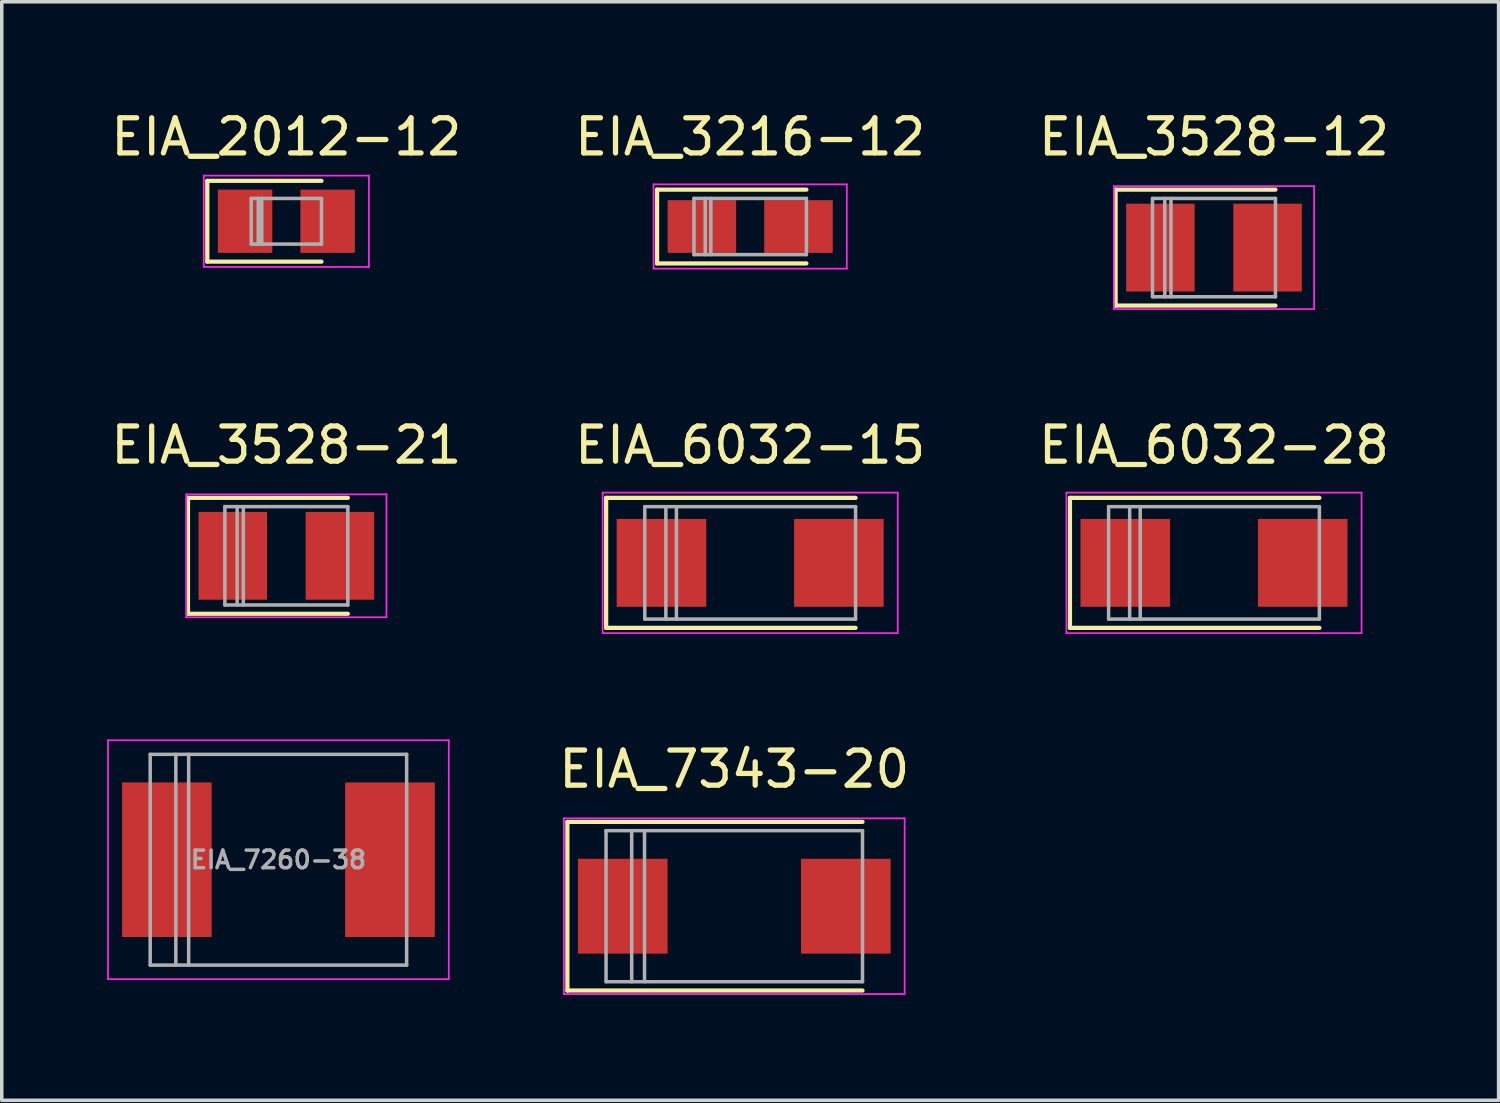
<source format=kicad_pcb>
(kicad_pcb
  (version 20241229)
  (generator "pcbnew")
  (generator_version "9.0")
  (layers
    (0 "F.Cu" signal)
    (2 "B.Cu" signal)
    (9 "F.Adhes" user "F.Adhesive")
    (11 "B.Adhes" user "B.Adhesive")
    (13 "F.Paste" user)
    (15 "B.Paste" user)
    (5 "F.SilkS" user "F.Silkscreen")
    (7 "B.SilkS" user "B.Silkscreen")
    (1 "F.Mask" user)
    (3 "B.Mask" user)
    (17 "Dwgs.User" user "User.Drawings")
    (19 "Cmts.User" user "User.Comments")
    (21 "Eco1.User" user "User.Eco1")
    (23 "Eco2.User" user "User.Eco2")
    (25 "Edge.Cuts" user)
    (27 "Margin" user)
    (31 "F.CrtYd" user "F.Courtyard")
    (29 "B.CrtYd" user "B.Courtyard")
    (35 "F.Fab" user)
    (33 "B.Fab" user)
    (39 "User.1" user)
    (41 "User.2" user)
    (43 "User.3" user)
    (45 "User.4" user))
  (footprint "EIA_2012-12"
    (layer "F.Cu")
    (at 5.101 3.248)
    (property "Reference" "EIA_2012-12" (at 0 -2.4 0) (layer "F.SilkS") (effects (font (size 1 1) (thickness 0.15))))
    (attr smd)
    (fp_line (start -2.25 -1.15) (end -2.25 1.15) (stroke (width 0.12) (type solid)) (layer "F.SilkS"))
    (fp_line (start -2.25 -1.15) (end 1 -1.15) (stroke (width 0.12) (type solid)) (layer "F.SilkS"))
    (fp_line (start -2.25 1.15) (end 1 1.15) (stroke (width 0.12) (type solid)) (layer "F.SilkS"))
    (fp_line (start -2.35 -1.3) (end -2.35 1.3) (stroke (width 0.05) (type solid)) (layer "F.CrtYd"))
    (fp_line (start -2.35 1.3) (end 2.35 1.3) (stroke (width 0.05) (type solid)) (layer "F.CrtYd"))
    (fp_line (start 2.35 -1.3) (end -2.35 -1.3) (stroke (width 0.05) (type solid)) (layer "F.CrtYd"))
    (fp_line (start 2.35 1.3) (end 2.35 -1.3) (stroke (width 0.05) (type solid)) (layer "F.CrtYd"))
    (fp_line (start -1 -0.65) (end -1 0.65) (stroke (width 0.1) (type solid)) (layer "F.Fab"))
    (fp_line (start -1 0.65) (end 1 0.65) (stroke (width 0.1) (type solid)) (layer "F.Fab"))
    (fp_line (start -0.8 -0.65) (end -0.8 0.65) (stroke (width 0.1) (type solid)) (layer "F.Fab"))
    (fp_line (start -0.7 -0.65) (end -0.7 0.65) (stroke (width 0.1) (type solid)) (layer "F.Fab"))
    (fp_line (start 1 -0.65) (end -1 -0.65) (stroke (width 0.1) (type solid)) (layer "F.Fab"))
    (fp_line (start 1 0.65) (end 1 -0.65) (stroke (width 0.1) (type solid)) (layer "F.Fab"))
    (pad "1" smd rect (at -1.175 0) (size 1.55 1.8) (layers "F.Cu" "F.Mask" "F.Paste"))
    (pad "2" smd rect (at 1.175 0) (size 1.55 1.8) (layers "F.Cu" "F.Mask" "F.Paste")))
  (footprint "EIA_3528-21"
    (layer "F.Cu")
    (at 5.101 12.771)
    (property "Reference" "EIA_3528-21" (at 0 -3.15 0) (layer "F.SilkS") (effects (font (size 1 1) (thickness 0.15))))
    (attr smd)
    (fp_line (start -2.8 -1.65) (end -2.8 1.65) (stroke (width 0.12) (type solid)) (layer "F.SilkS"))
    (fp_line (start -2.8 -1.65) (end 1.75 -1.65) (stroke (width 0.12) (type solid)) (layer "F.SilkS"))
    (fp_line (start -2.8 1.65) (end 1.75 1.65) (stroke (width 0.12) (type solid)) (layer "F.SilkS"))
    (fp_line (start -2.85 -1.75) (end -2.85 1.75) (stroke (width 0.05) (type solid)) (layer "F.CrtYd"))
    (fp_line (start -2.85 1.75) (end 2.85 1.75) (stroke (width 0.05) (type solid)) (layer "F.CrtYd"))
    (fp_line (start 2.85 -1.75) (end -2.85 -1.75) (stroke (width 0.05) (type solid)) (layer "F.CrtYd"))
    (fp_line (start 2.85 1.75) (end 2.85 -1.75) (stroke (width 0.05) (type solid)) (layer "F.CrtYd"))
    (fp_line (start -1.75 -1.4) (end -1.75 1.4) (stroke (width 0.1) (type solid)) (layer "F.Fab"))
    (fp_line (start -1.75 1.4) (end 1.75 1.4) (stroke (width 0.1) (type solid)) (layer "F.Fab"))
    (fp_line (start -1.4 -1.4) (end -1.4 1.4) (stroke (width 0.1) (type solid)) (layer "F.Fab"))
    (fp_line (start -1.225 -1.4) (end -1.225 1.4) (stroke (width 0.1) (type solid)) (layer "F.Fab"))
    (fp_line (start 1.75 -1.4) (end -1.75 -1.4) (stroke (width 0.1) (type solid)) (layer "F.Fab"))
    (fp_line (start 1.75 1.4) (end 1.75 -1.4) (stroke (width 0.1) (type solid)) (layer "F.Fab"))
    (pad "1" smd rect (at -1.525 0) (size 1.95 2.5) (layers "F.Cu" "F.Mask" "F.Paste"))
    (pad "2" smd rect (at 1.525 0) (size 1.95 2.5) (layers "F.Cu" "F.Mask" "F.Paste")))
  (footprint "EIA_3216-12"
    (layer "F.Cu")
    (at 18.304 3.398)
    (property "Reference" "EIA_3216-12" (at 0 -2.55 0) (layer "F.SilkS") (effects (font (size 1 1) (thickness 0.15))))
    (attr smd)
    (fp_line (start -2.65 -1.05) (end -2.65 1.05) (stroke (width 0.12) (type solid)) (layer "F.SilkS"))
    (fp_line (start -2.65 -1.05) (end 1.6 -1.05) (stroke (width 0.12) (type solid)) (layer "F.SilkS"))
    (fp_line (start -2.65 1.05) (end 1.6 1.05) (stroke (width 0.12) (type solid)) (layer "F.SilkS"))
    (fp_line (start -2.75 -1.2) (end -2.75 1.2) (stroke (width 0.05) (type solid)) (layer "F.CrtYd"))
    (fp_line (start -2.75 1.2) (end 2.75 1.2) (stroke (width 0.05) (type solid)) (layer "F.CrtYd"))
    (fp_line (start 2.75 -1.2) (end -2.75 -1.2) (stroke (width 0.05) (type solid)) (layer "F.CrtYd"))
    (fp_line (start 2.75 1.2) (end 2.75 -1.2) (stroke (width 0.05) (type solid)) (layer "F.CrtYd"))
    (fp_line (start -1.6 -0.8) (end -1.6 0.8) (stroke (width 0.1) (type solid)) (layer "F.Fab"))
    (fp_line (start -1.6 0.8) (end 1.6 0.8) (stroke (width 0.1) (type solid)) (layer "F.Fab"))
    (fp_line (start -1.28 -0.8) (end -1.28 0.8) (stroke (width 0.1) (type solid)) (layer "F.Fab"))
    (fp_line (start -1.12 -0.8) (end -1.12 0.8) (stroke (width 0.1) (type solid)) (layer "F.Fab"))
    (fp_line (start 1.6 -0.8) (end -1.6 -0.8) (stroke (width 0.1) (type solid)) (layer "F.Fab"))
    (fp_line (start 1.6 0.8) (end 1.6 -0.8) (stroke (width 0.1) (type solid)) (layer "F.Fab"))
    (pad "1" smd rect (at -1.375 0) (size 1.95 1.5) (layers "F.Cu" "F.Mask" "F.Paste"))
    (pad "2" smd rect (at 1.375 0) (size 1.95 1.5) (layers "F.Cu" "F.Mask" "F.Paste")))
  (footprint "EIA_6032-28"
    (layer "F.Cu")
    (at 31.506 12.972)
    (property "Reference" "EIA_6032-28" (at 0 -3.35 0) (layer "F.SilkS") (effects (font (size 1 1) (thickness 0.15))))
    (attr smd)
    (fp_line (start -4.1 -1.85) (end -4.1 1.85) (stroke (width 0.12) (type solid)) (layer "F.SilkS"))
    (fp_line (start -4.1 -1.85) (end 3 -1.85) (stroke (width 0.12) (type solid)) (layer "F.SilkS"))
    (fp_line (start -4.1 1.85) (end 3 1.85) (stroke (width 0.12) (type solid)) (layer "F.SilkS"))
    (fp_line (start -4.2 -2) (end -4.2 2) (stroke (width 0.05) (type solid)) (layer "F.CrtYd"))
    (fp_line (start -4.2 2) (end 4.2 2) (stroke (width 0.05) (type solid)) (layer "F.CrtYd"))
    (fp_line (start 4.2 -2) (end -4.2 -2) (stroke (width 0.05) (type solid)) (layer "F.CrtYd"))
    (fp_line (start 4.2 2) (end 4.2 -2) (stroke (width 0.05) (type solid)) (layer "F.CrtYd"))
    (fp_line (start -3 -1.6) (end -3 1.6) (stroke (width 0.1) (type solid)) (layer "F.Fab"))
    (fp_line (start -3 1.6) (end 3 1.6) (stroke (width 0.1) (type solid)) (layer "F.Fab"))
    (fp_line (start -2.4 -1.6) (end -2.4 1.6) (stroke (width 0.1) (type solid)) (layer "F.Fab"))
    (fp_line (start -2.1 -1.6) (end -2.1 1.6) (stroke (width 0.1) (type solid)) (layer "F.Fab"))
    (fp_line (start 3 -1.6) (end -3 -1.6) (stroke (width 0.1) (type solid)) (layer "F.Fab"))
    (fp_line (start 3 1.6) (end 3 -1.6) (stroke (width 0.1) (type solid)) (layer "F.Fab"))
    (pad "1" smd rect (at -2.525 0) (size 2.55 2.5) (layers "F.Cu" "F.Mask" "F.Paste"))
    (pad "2" smd rect (at 2.525 0) (size 2.55 2.5) (layers "F.Cu" "F.Mask" "F.Paste")))
  (footprint "EIA_7260-38"
    (layer "F.Cu")
    (at 4.875 21.422)
    (property "Reference" "EIA_7260-38" (at 0 0 0) (layer "F.Fab") (effects (font (size 0.5 0.5) (thickness 0.1))))
    (attr smd)
    (fp_line (start -4.85 -3.4) (end -4.85 3.4) (stroke (width 0.05) (type solid)) (layer "F.CrtYd"))
    (fp_line (start -4.85 3.4) (end 4.85 3.4) (stroke (width 0.05) (type solid)) (layer "F.CrtYd"))
    (fp_line (start 4.85 -3.4) (end -4.85 -3.4) (stroke (width 0.05) (type solid)) (layer "F.CrtYd"))
    (fp_line (start 4.85 3.4) (end 4.85 -3.4) (stroke (width 0.05) (type solid)) (layer "F.CrtYd"))
    (fp_line (start -3.65 -3) (end -3.65 3) (stroke (width 0.1) (type solid)) (layer "F.Fab"))
    (fp_line (start -3.65 3) (end 3.65 3) (stroke (width 0.1) (type solid)) (layer "F.Fab"))
    (fp_line (start -2.92 -3) (end -2.92 3) (stroke (width 0.1) (type solid)) (layer "F.Fab"))
    (fp_line (start -2.555 -3) (end -2.555 3) (stroke (width 0.1) (type solid)) (layer "F.Fab"))
    (fp_line (start 3.65 -3) (end -3.65 -3) (stroke (width 0.1) (type solid)) (layer "F.Fab"))
    (fp_line (start 3.65 3) (end 3.65 -3) (stroke (width 0.1) (type solid)) (layer "F.Fab"))
    (pad "1" smd rect (at -3.175 0) (size 2.55 4.4) (layers "F.Cu" "F.Mask" "F.Paste"))
    (pad "2" smd rect (at 3.175 0) (size 2.55 4.4) (layers "F.Cu" "F.Mask" "F.Paste")))
  (footprint "EIA_7343-20"
    (layer "F.Cu")
    (at 17.851 22.745)
    (property "Reference" "EIA_7343-20" (at 0 -3.9 0) (layer "F.SilkS") (effects (font (size 1 1) (thickness 0.15))))
    (attr smd)
    (fp_line (start -4.75 -2.4) (end -4.75 2.4) (stroke (width 0.12) (type solid)) (layer "F.SilkS"))
    (fp_line (start -4.75 -2.4) (end 3.65 -2.4) (stroke (width 0.12) (type solid)) (layer "F.SilkS"))
    (fp_line (start -4.75 2.4) (end 3.65 2.4) (stroke (width 0.12) (type solid)) (layer "F.SilkS"))
    (fp_line (start -4.85 -2.5) (end -4.85 2.5) (stroke (width 0.05) (type solid)) (layer "F.CrtYd"))
    (fp_line (start -4.85 2.5) (end 4.85 2.5) (stroke (width 0.05) (type solid)) (layer "F.CrtYd"))
    (fp_line (start 4.85 -2.5) (end -4.85 -2.5) (stroke (width 0.05) (type solid)) (layer "F.CrtYd"))
    (fp_line (start 4.85 2.5) (end 4.85 -2.5) (stroke (width 0.05) (type solid)) (layer "F.CrtYd"))
    (fp_line (start -3.65 -2.15) (end -3.65 2.15) (stroke (width 0.1) (type solid)) (layer "F.Fab"))
    (fp_line (start -3.65 2.15) (end 3.65 2.15) (stroke (width 0.1) (type solid)) (layer "F.Fab"))
    (fp_line (start -2.92 -2.15) (end -2.92 2.15) (stroke (width 0.1) (type solid)) (layer "F.Fab"))
    (fp_line (start -2.555 -2.15) (end -2.555 2.15) (stroke (width 0.1) (type solid)) (layer "F.Fab"))
    (fp_line (start 3.65 -2.15) (end -3.65 -2.15) (stroke (width 0.1) (type solid)) (layer "F.Fab"))
    (fp_line (start 3.65 2.15) (end 3.65 -2.15) (stroke (width 0.1) (type solid)) (layer "F.Fab"))
    (pad "1" smd rect (at -3.175 0) (size 2.55 2.7) (layers "F.Cu" "F.Mask" "F.Paste"))
    (pad "2" smd rect (at 3.175 0) (size 2.55 2.7) (layers "F.Cu" "F.Mask" "F.Paste")))
  (footprint "EIA_6032-15"
    (layer "F.Cu")
    (at 18.304 12.972)
    (property "Reference" "EIA_6032-15" (at 0 -3.35 0) (layer "F.SilkS") (effects (font (size 1 1) (thickness 0.15))))
    (attr smd)
    (fp_line (start -4.1 -1.85) (end -4.1 1.85) (stroke (width 0.12) (type solid)) (layer "F.SilkS"))
    (fp_line (start -4.1 -1.85) (end 3 -1.85) (stroke (width 0.12) (type solid)) (layer "F.SilkS"))
    (fp_line (start -4.1 1.85) (end 3 1.85) (stroke (width 0.12) (type solid)) (layer "F.SilkS"))
    (fp_line (start -4.2 -2) (end -4.2 2) (stroke (width 0.05) (type solid)) (layer "F.CrtYd"))
    (fp_line (start -4.2 2) (end 4.2 2) (stroke (width 0.05) (type solid)) (layer "F.CrtYd"))
    (fp_line (start 4.2 -2) (end -4.2 -2) (stroke (width 0.05) (type solid)) (layer "F.CrtYd"))
    (fp_line (start 4.2 2) (end 4.2 -2) (stroke (width 0.05) (type solid)) (layer "F.CrtYd"))
    (fp_line (start -3 -1.6) (end -3 1.6) (stroke (width 0.1) (type solid)) (layer "F.Fab"))
    (fp_line (start -3 1.6) (end 3 1.6) (stroke (width 0.1) (type solid)) (layer "F.Fab"))
    (fp_line (start -2.4 -1.6) (end -2.4 1.6) (stroke (width 0.1) (type solid)) (layer "F.Fab"))
    (fp_line (start -2.1 -1.6) (end -2.1 1.6) (stroke (width 0.1) (type solid)) (layer "F.Fab"))
    (fp_line (start 3 -1.6) (end -3 -1.6) (stroke (width 0.1) (type solid)) (layer "F.Fab"))
    (fp_line (start 3 1.6) (end 3 -1.6) (stroke (width 0.1) (type solid)) (layer "F.Fab"))
    (pad "1" smd rect (at -2.525 0) (size 2.55 2.5) (layers "F.Cu" "F.Mask" "F.Paste"))
    (pad "2" smd rect (at 2.525 0) (size 2.55 2.5) (layers "F.Cu" "F.Mask" "F.Paste")))
  (footprint "EIA_3528-12"
    (layer "F.Cu")
    (at 31.506 3.998)
    (property "Reference" "EIA_3528-12" (at 0 -3.15 0) (layer "F.SilkS") (effects (font (size 1 1) (thickness 0.15))))
    (attr smd)
    (fp_line (start -2.8 -1.65) (end -2.8 1.65) (stroke (width 0.12) (type solid)) (layer "F.SilkS"))
    (fp_line (start -2.8 -1.65) (end 1.75 -1.65) (stroke (width 0.12) (type solid)) (layer "F.SilkS"))
    (fp_line (start -2.8 1.65) (end 1.75 1.65) (stroke (width 0.12) (type solid)) (layer "F.SilkS"))
    (fp_line (start -2.85 -1.75) (end -2.85 1.75) (stroke (width 0.05) (type solid)) (layer "F.CrtYd"))
    (fp_line (start -2.85 1.75) (end 2.85 1.75) (stroke (width 0.05) (type solid)) (layer "F.CrtYd"))
    (fp_line (start 2.85 -1.75) (end -2.85 -1.75) (stroke (width 0.05) (type solid)) (layer "F.CrtYd"))
    (fp_line (start 2.85 1.75) (end 2.85 -1.75) (stroke (width 0.05) (type solid)) (layer "F.CrtYd"))
    (fp_line (start -1.75 -1.4) (end -1.75 1.4) (stroke (width 0.1) (type solid)) (layer "F.Fab"))
    (fp_line (start -1.75 1.4) (end 1.75 1.4) (stroke (width 0.1) (type solid)) (layer "F.Fab"))
    (fp_line (start -1.4 -1.4) (end -1.4 1.4) (stroke (width 0.1) (type solid)) (layer "F.Fab"))
    (fp_line (start -1.225 -1.4) (end -1.225 1.4) (stroke (width 0.1) (type solid)) (layer "F.Fab"))
    (fp_line (start 1.75 -1.4) (end -1.75 -1.4) (stroke (width 0.1) (type solid)) (layer "F.Fab"))
    (fp_line (start 1.75 1.4) (end 1.75 -1.4) (stroke (width 0.1) (type solid)) (layer "F.Fab"))
    (pad "1" smd rect (at -1.525 0) (size 1.95 2.5) (layers "F.Cu" "F.Mask" "F.Paste"))
    (pad "2" smd rect (at 1.525 0) (size 1.95 2.5) (layers "F.Cu" "F.Mask" "F.Paste")))
  (gr_rect
    (start -3 -3)
    (end 39.607 28.27)
    (stroke (width 0.1) (type default))
    (fill no)
    (layer "Edge.Cuts")))
</source>
